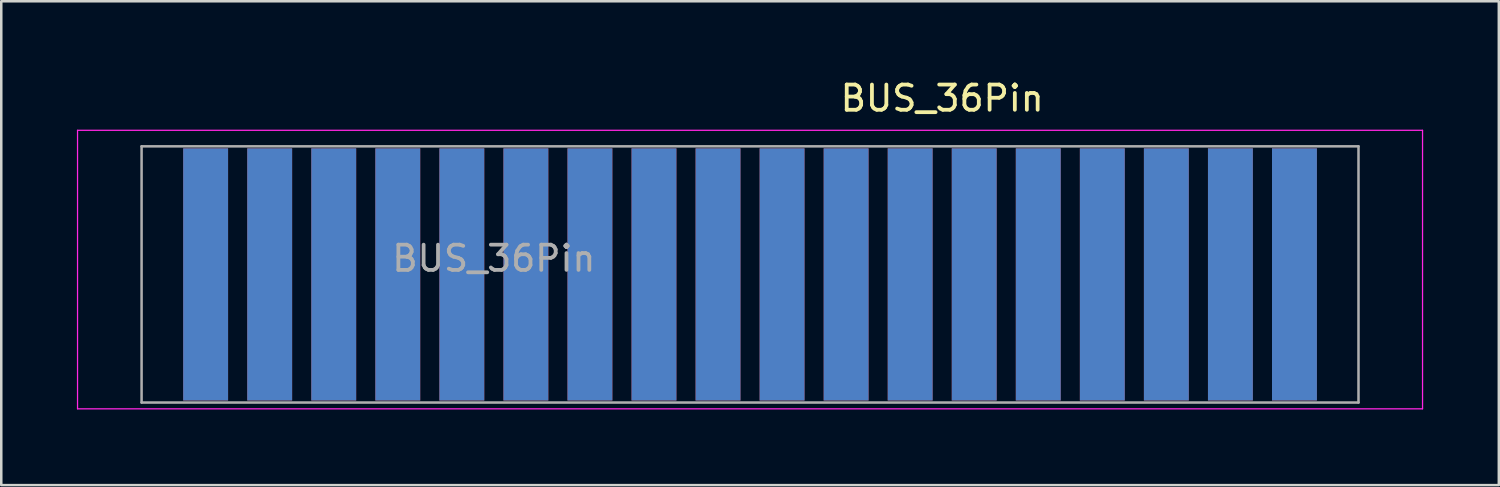
<source format=kicad_pcb>
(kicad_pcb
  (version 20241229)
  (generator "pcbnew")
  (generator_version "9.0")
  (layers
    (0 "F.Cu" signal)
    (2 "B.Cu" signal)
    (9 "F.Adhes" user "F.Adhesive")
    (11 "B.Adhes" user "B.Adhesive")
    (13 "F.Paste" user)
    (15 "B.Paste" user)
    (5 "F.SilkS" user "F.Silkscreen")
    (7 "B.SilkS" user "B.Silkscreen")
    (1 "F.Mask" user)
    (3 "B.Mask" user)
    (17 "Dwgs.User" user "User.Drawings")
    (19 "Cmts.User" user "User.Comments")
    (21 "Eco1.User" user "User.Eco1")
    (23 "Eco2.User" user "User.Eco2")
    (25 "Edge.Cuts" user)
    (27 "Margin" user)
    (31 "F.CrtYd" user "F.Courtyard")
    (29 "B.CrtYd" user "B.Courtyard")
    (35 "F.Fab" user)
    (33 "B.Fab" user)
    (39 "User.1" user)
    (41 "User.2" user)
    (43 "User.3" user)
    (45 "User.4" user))
  (footprint "BUS_36Pin"
    (layer "F.Cu")
    (at 26.695 7.833)
    (property "Reference" "BUS_36Pin" (at 7.62 -6.985 0) (layer "F.SilkS") (effects (font (size 1 1) (thickness 0.15))))
    (attr exclude_from_pos_files exclude_from_bom)
    (fp_line (start -26.67 -5.715) (end 26.67 -5.715) (stroke (width 0.05) (type solid)) (layer "F.CrtYd"))
    (fp_line (start -26.67 5.33) (end -26.67 -5.715) (stroke (width 0.05) (type solid)) (layer "F.CrtYd"))
    (fp_line (start 26.67 5.33) (end -26.67 5.33) (stroke (width 0.05) (type solid)) (layer "F.CrtYd"))
    (fp_line (start 26.67 5.33) (end 26.67 -5.715) (stroke (width 0.05) (type solid)) (layer "F.CrtYd"))
    (fp_line (start -24.13 -5.08) (end -24.13 5.08) (stroke (width 0.1) (type solid)) (layer "F.Fab"))
    (fp_line (start -24.13 -5.08) (end 24.13 -5.08) (stroke (width 0.1) (type solid)) (layer "F.Fab"))
    (fp_line (start 24.13 -5.08) (end 24.13 5.08) (stroke (width 0.1) (type solid)) (layer "F.Fab"))
    (fp_line (start 24.13 5.08) (end -24.13 5.08) (stroke (width 0.1) (type solid)) (layer "F.Fab"))
    (fp_text user "${REFERENCE}" (at -10.16 -0.635 0) (layer "F.Fab") (effects (font (size 1 1) (thickness 0.15))))
    (pad "1" connect rect (at -21.59 0) (size 1.78 10) (layers "B.Cu" "B.Mask"))
    (pad "2" connect rect (at -21.59 0) (size 1.78 10) (layers "F.Cu" "F.Mask"))
    (pad "3" connect rect (at -19.05 0) (size 1.78 10) (layers "B.Cu" "B.Mask"))
    (pad "4" connect rect (at -19.05 0) (size 1.78 10) (layers "F.Cu" "F.Mask"))
    (pad "5" connect rect (at -16.51 0) (size 1.78 10) (layers "B.Cu" "B.Mask"))
    (pad "6" connect rect (at -16.51 0) (size 1.78 10) (layers "F.Cu" "F.Mask"))
    (pad "7" connect rect (at -13.97 0) (size 1.78 10) (layers "B.Cu" "B.Mask"))
    (pad "8" connect rect (at -13.97 0) (size 1.78 10) (layers "F.Cu" "F.Mask"))
    (pad "9" connect rect (at -11.43 0) (size 1.78 10) (layers "B.Cu" "B.Mask"))
    (pad "10" connect rect (at -11.43 0) (size 1.78 10) (layers "F.Cu" "F.Mask"))
    (pad "11" connect rect (at -8.89 0) (size 1.78 10) (layers "B.Cu" "B.Mask"))
    (pad "12" connect rect (at -8.89 0) (size 1.78 10) (layers "F.Cu" "F.Mask"))
    (pad "13" connect rect (at -6.35 0) (size 1.78 10) (layers "B.Cu" "B.Mask"))
    (pad "14" connect rect (at -6.35 0) (size 1.78 10) (layers "F.Cu" "F.Mask"))
    (pad "15" connect rect (at -3.81 0) (size 1.78 10) (layers "B.Cu" "B.Mask"))
    (pad "16" connect rect (at -3.81 0) (size 1.78 10) (layers "F.Cu" "F.Mask"))
    (pad "17" connect rect (at -1.27 0) (size 1.78 10) (layers "B.Cu" "B.Mask"))
    (pad "18" connect rect (at -1.27 0) (size 1.78 10) (layers "F.Cu" "F.Mask"))
    (pad "19" connect rect (at 1.27 0) (size 1.78 10) (layers "B.Cu" "B.Mask"))
    (pad "20" connect rect (at 1.27 0) (size 1.78 10) (layers "F.Cu" "F.Mask"))
    (pad "21" connect rect (at 3.81 0) (size 1.78 10) (layers "B.Cu" "B.Mask"))
    (pad "22" connect rect (at 3.81 0) (size 1.78 10) (layers "F.Cu" "F.Mask"))
    (pad "23" connect rect (at 6.35 0) (size 1.78 10) (layers "B.Cu" "B.Mask"))
    (pad "24" connect rect (at 6.35 0) (size 1.78 10) (layers "F.Cu" "F.Mask"))
    (pad "25" connect rect (at 8.89 0) (size 1.78 10) (layers "B.Cu" "B.Mask"))
    (pad "26" connect rect (at 8.89 0) (size 1.78 10) (layers "F.Cu" "F.Mask"))
    (pad "27" connect rect (at 11.43 0) (size 1.78 10) (layers "B.Cu" "B.Mask"))
    (pad "28" connect rect (at 11.43 0) (size 1.78 10) (layers "F.Cu" "F.Mask"))
    (pad "29" connect rect (at 13.97 0) (size 1.78 10) (layers "B.Cu" "B.Mask"))
    (pad "30" connect rect (at 13.97 0) (size 1.78 10) (layers "F.Cu" "F.Mask"))
    (pad "31" connect rect (at 16.51 0) (size 1.78 10) (layers "B.Cu" "B.Mask"))
    (pad "32" connect rect (at 16.51 0) (size 1.78 10) (layers "F.Cu" "F.Mask"))
    (pad "33" connect rect (at 19.05 0) (size 1.78 10) (layers "B.Cu" "B.Mask"))
    (pad "34" connect rect (at 19.05 0) (size 1.78 10) (layers "F.Cu" "F.Mask"))
    (pad "35" connect rect (at 21.59 0) (size 1.78 10) (layers "B.Cu" "B.Mask"))
    (pad "36" connect rect (at 21.59 0) (size 1.78 10) (layers "F.Cu" "F.Mask")))
  (gr_rect
    (start -3 -3)
    (end 56.39 16.188)
    (stroke (width 0.1) (type default))
    (fill no)
    (layer "Edge.Cuts")))
</source>
